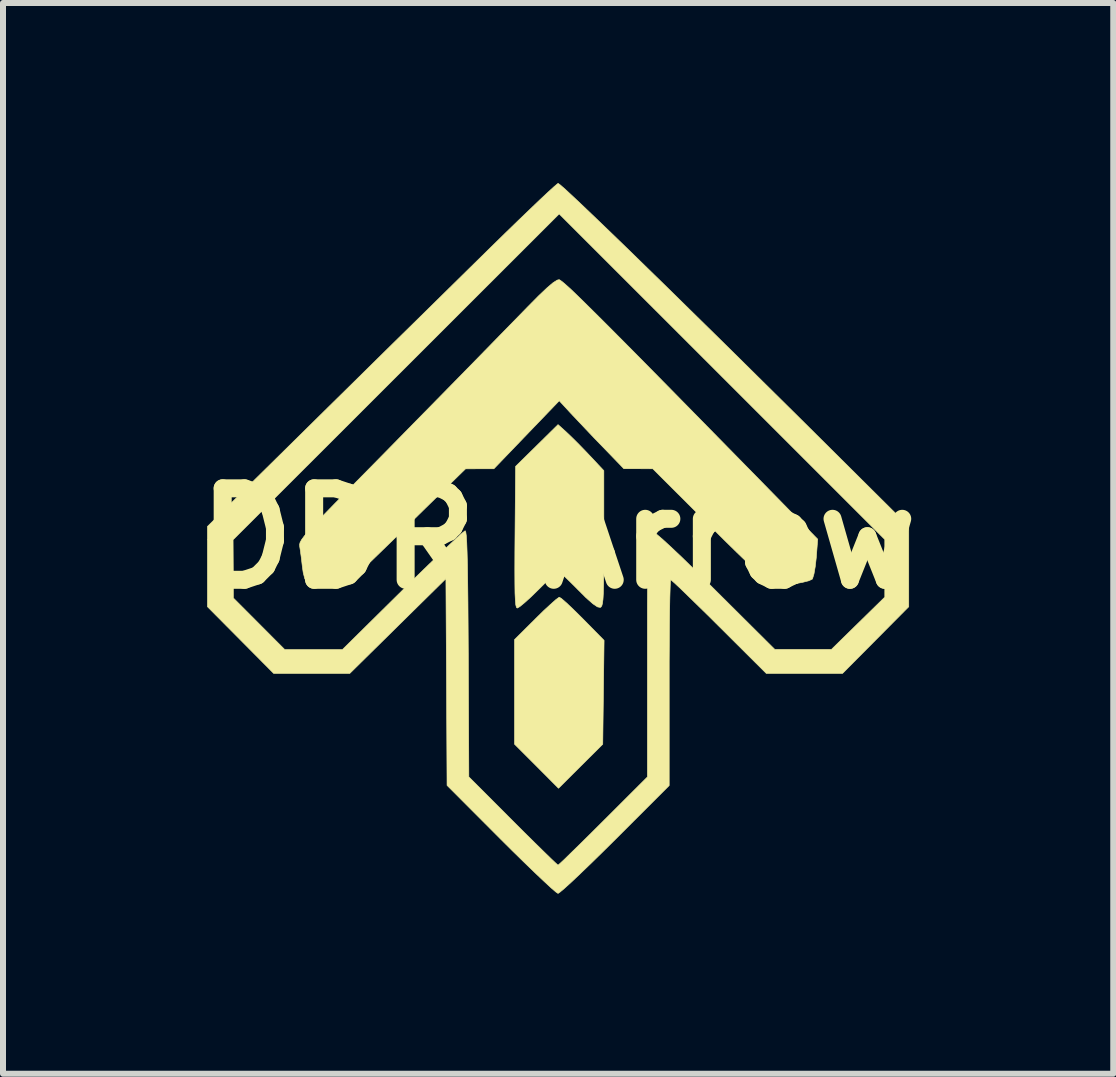
<source format=kicad_pcb>
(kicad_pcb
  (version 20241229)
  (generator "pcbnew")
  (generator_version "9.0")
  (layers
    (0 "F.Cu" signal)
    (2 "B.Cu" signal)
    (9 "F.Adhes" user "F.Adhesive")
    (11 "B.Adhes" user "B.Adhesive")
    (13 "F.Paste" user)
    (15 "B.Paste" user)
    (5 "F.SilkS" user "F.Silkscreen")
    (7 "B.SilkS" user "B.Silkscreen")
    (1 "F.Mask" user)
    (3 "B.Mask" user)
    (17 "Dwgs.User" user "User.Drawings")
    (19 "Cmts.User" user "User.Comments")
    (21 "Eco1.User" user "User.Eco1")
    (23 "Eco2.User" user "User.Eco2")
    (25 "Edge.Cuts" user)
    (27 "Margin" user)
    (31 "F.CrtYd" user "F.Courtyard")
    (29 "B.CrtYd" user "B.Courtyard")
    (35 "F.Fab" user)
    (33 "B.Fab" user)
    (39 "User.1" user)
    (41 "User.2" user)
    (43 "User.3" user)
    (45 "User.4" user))
  (footprint "DDR Arrow"
    (layer "F.Cu")
    (at 6.248 5.92)
    (property "Reference" "DDR Arrow" (at 0 0 0) (layer "F.SilkS") (effects (font (size 1.524 1.524) (thickness 0.3))))
    (attr through_hole)
    (fp_poly (pts (xy 0.059 1.004) (xy 0.137 1.072) (xy 0.244 1.173) (xy 0.371 1.298) (xy 0.412 1.339) (xy 0.766 1.699) (xy 0.755 2.564) (xy 0.744 3.429) (xy 0.375 3.796) (xy 0.007 4.163) (xy -0.359 3.795) (xy -0.726 3.428) (xy -0.726 1.686) (xy -0.371 1.333) (xy -0.24 1.204) (xy -0.124 1.097) (xy -0.036 1.019) (xy 0.015 0.982) (xy 0.021 0.98) (xy 0.059 1.004)) (stroke (width 0.01) (type solid)) (fill yes) (layer "F.SilkS"))
    (fp_poly (pts (xy 0.135 -1.774) (xy 0.222 -1.691) (xy 0.339 -1.575) (xy 0.464 -1.446) (xy 0.517 -1.39) (xy 0.762 -1.129) (xy 0.762 -0.001) (xy 0.762 0.317) (xy 0.76 0.571) (xy 0.758 0.766) (xy 0.754 0.912) (xy 0.748 1.015) (xy 0.739 1.083) (xy 0.728 1.124) (xy 0.713 1.144) (xy 0.703 1.15) (xy 0.656 1.141) (xy 0.578 1.088) (xy 0.464 0.987) (xy 0.335 0.858) (xy 0.214 0.737) (xy 0.112 0.638) (xy 0.038 0.57) (xy 0.004 0.544) (xy 0.003 0.544) (xy -0.03 0.569) (xy -0.103 0.635) (xy -0.205 0.732) (xy -0.326 0.852) (xy -0.327 0.853) (xy -0.45 0.973) (xy -0.558 1.071) (xy -0.639 1.137) (xy -0.681 1.161) (xy -0.694 1.149) (xy -0.705 1.108) (xy -0.712 1.031) (xy -0.718 0.913) (xy -0.72 0.746) (xy -0.721 0.525) (xy -0.72 0.243) (xy -0.718 -0.02) (xy -0.708 -1.2) (xy -0.354 -1.548) (xy -0.001 -1.896) (xy 0.135 -1.774)) (stroke (width 0.01) (type solid)) (fill yes) (layer "F.SilkS"))
    (fp_poly (pts (xy 0.038 -4.3) (xy 0.075 -4.272) (xy 0.131 -4.224) (xy 0.209 -4.154) (xy 0.309 -4.058) (xy 0.436 -3.934) (xy 0.591 -3.781) (xy 0.777 -3.596) (xy 0.995 -3.377) (xy 1.25 -3.12) (xy 1.542 -2.824) (xy 1.875 -2.486) (xy 2.25 -2.104) (xy 2.67 -1.676) (xy 3.138 -1.199) (xy 3.297 -1.037) (xy 4.325 0.013) (xy 4.301 0.324) (xy 4.284 0.471) (xy 4.263 0.592) (xy 4.24 0.668) (xy 4.233 0.68) (xy 4.176 0.706) (xy 4.069 0.733) (xy 3.934 0.758) (xy 3.793 0.777) (xy 3.667 0.787) (xy 3.579 0.785) (xy 3.564 0.781) (xy 3.525 0.752) (xy 3.441 0.676) (xy 3.318 0.561) (xy 3.162 0.411) (xy 2.979 0.234) (xy 2.775 0.034) (xy 2.557 -0.183) (xy 2.54 -0.2) (xy 1.578 -1.16) (xy 1.337 -1.161) (xy 1.096 -1.161) (xy 0.754 -1.515) (xy 0.605 -1.669) (xy 0.454 -1.828) (xy 0.318 -1.972) (xy 0.215 -2.081) (xy 0.019 -2.293) (xy -1.07 -1.16) (xy -1.306 -1.16) (xy -1.542 -1.159) (xy -2.217 -0.498) (xy -2.512 -0.208) (xy -2.76 0.035) (xy -2.966 0.235) (xy -3.133 0.397) (xy -3.266 0.525) (xy -3.371 0.622) (xy -3.451 0.693) (xy -3.511 0.742) (xy -3.556 0.773) (xy -3.591 0.79) (xy -3.619 0.797) (xy -3.646 0.799) (xy -3.672 0.798) (xy -3.761 0.794) (xy -3.811 0.785) (xy -3.813 0.783) (xy -3.855 0.773) (xy -3.944 0.762) (xy -3.991 0.759) (xy -4.1 0.746) (xy -4.18 0.726) (xy -4.197 0.718) (xy -4.222 0.667) (xy -4.247 0.567) (xy -4.262 0.461) (xy -4.278 0.322) (xy -4.295 0.198) (xy -4.305 0.134) (xy -4.307 0.102) (xy -4.298 0.066) (xy -4.272 0.019) (xy -4.225 -0.044) (xy -4.152 -0.13) (xy -4.048 -0.243) (xy -3.907 -0.389) (xy -3.726 -0.575) (xy -3.499 -0.806) (xy -3.477 -0.828) (xy -3.138 -1.172) (xy -2.776 -1.54) (xy -2.401 -1.922) (xy -2.021 -2.309) (xy -1.648 -2.689) (xy -1.291 -3.054) (xy -0.96 -3.393) (xy -0.664 -3.696) (xy -0.507 -3.857) (xy -0.326 -4.04) (xy -0.186 -4.173) (xy -0.085 -4.259) (xy -0.016 -4.303) (xy 0.018 -4.311) (xy 0.038 -4.3)) (stroke (width 0.01) (type solid)) (fill yes) (layer "F.SilkS"))
    (fp_poly (pts (xy 0.036 -5.889) (xy 0.12 -5.816) (xy 0.249 -5.696) (xy 0.422 -5.533) (xy 0.634 -5.33) (xy 0.885 -5.089) (xy 1.17 -4.813) (xy 1.487 -4.504) (xy 1.833 -4.166) (xy 2.205 -3.801) (xy 2.601 -3.412) (xy 3.018 -3.001) (xy 3.453 -2.571) (xy 3.904 -2.125) (xy 4.18 -1.851) (xy 5.842 -0.2) (xy 5.842 0.469) (xy 5.842 1.138) (xy 5.29 1.694) (xy 4.738 2.25) (xy 3.469 2.25) (xy 2.686 1.47) (xy 2.49 1.275) (xy 2.31 1.099) (xy 2.153 0.946) (xy 2.026 0.823) (xy 1.933 0.737) (xy 1.883 0.693) (xy 1.877 0.689) (xy 1.871 0.725) (xy 1.867 0.825) (xy 1.862 0.984) (xy 1.858 1.195) (xy 1.855 1.449) (xy 1.853 1.741) (xy 1.851 2.063) (xy 1.851 2.403) (xy 1.851 4.117) (xy 0.952 5.016) (xy 0.741 5.225) (xy 0.544 5.418) (xy 0.368 5.587) (xy 0.22 5.727) (xy 0.104 5.832) (xy 0.028 5.896) (xy -0.001 5.915) (xy -0.038 5.89) (xy -0.12 5.819) (xy -0.24 5.708) (xy -0.393 5.563) (xy -0.572 5.39) (xy -0.771 5.195) (xy -0.952 5.015) (xy -1.85 4.115) (xy -1.859 2.393) (xy -1.869 0.671) (xy -2.67 1.46) (xy -3.471 2.25) (xy -4.738 2.25) (xy -5.29 1.694) (xy -5.842 1.138) (xy -5.842 0.023) (xy -5.415 0.023) (xy -5.412 0.508) (xy -5.41 0.993) (xy -4.982 1.422) (xy -4.555 1.851) (xy -3.592 1.851) (xy -2.591 0.862) (xy -2.367 0.642) (xy -2.159 0.44) (xy -1.972 0.26) (xy -1.812 0.108) (xy -1.685 -0.011) (xy -1.596 -0.091) (xy -1.551 -0.126) (xy -1.547 -0.127) (xy -1.538 -0.106) (xy -1.529 -0.042) (xy -1.522 0.069) (xy -1.516 0.231) (xy -1.51 0.448) (xy -1.506 0.723) (xy -1.502 1.06) (xy -1.499 1.462) (xy -1.496 1.923) (xy -1.487 3.973) (xy -0.753 4.708) (xy -0.564 4.897) (xy -0.392 5.067) (xy -0.243 5.213) (xy -0.124 5.329) (xy -0.042 5.407) (xy -0.003 5.442) (xy -0.001 5.443) (xy 0.029 5.418) (xy 0.103 5.349) (xy 0.214 5.24) (xy 0.358 5.1) (xy 0.526 4.934) (xy 0.712 4.749) (xy 0.753 4.708) (xy 1.488 3.974) (xy 1.488 1.936) (xy 1.488 1.498) (xy 1.488 1.126) (xy 1.49 0.816) (xy 1.491 0.562) (xy 1.494 0.358) (xy 1.498 0.199) (xy 1.503 0.079) (xy 1.509 -0.007) (xy 1.517 -0.065) (xy 1.526 -0.1) (xy 1.538 -0.118) (xy 1.546 -0.124) (xy 1.579 -0.113) (xy 1.643 -0.068) (xy 1.742 0.016) (xy 1.879 0.142) (xy 2.057 0.31) (xy 2.278 0.526) (xy 2.546 0.79) (xy 2.608 0.852) (xy 3.61 1.849) (xy 4.082 1.849) (xy 4.554 1.849) (xy 4.998 1.414) (xy 5.443 0.978) (xy 5.443 0.018) (xy 2.731 -2.694) (xy 0.018 -5.406) (xy -5.415 0.023) (xy -5.842 0.023) (xy -5.842 -0.199) (xy -5.053 -0.979) (xy -4.695 -1.332) (xy -4.285 -1.736) (xy -3.826 -2.189) (xy -3.317 -2.69) (xy -2.76 -3.239) (xy -2.154 -3.834) (xy -1.503 -4.475) (xy -1.117 -4.854) (xy -0.885 -5.081) (xy -0.668 -5.292) (xy -0.472 -5.48) (xy -0.303 -5.642) (xy -0.166 -5.77) (xy -0.066 -5.861) (xy -0.009 -5.909) (xy 0.001 -5.915) (xy 0.036 -5.889)) (stroke (width 0.01) (type solid)) (fill yes) (layer "F.SilkS")))
  (gr_rect
    (start -3 -3)
    (end 15.497 14.839)
    (stroke (width 0.1) (type default))
    (fill no)
    (layer "Edge.Cuts")))
</source>
